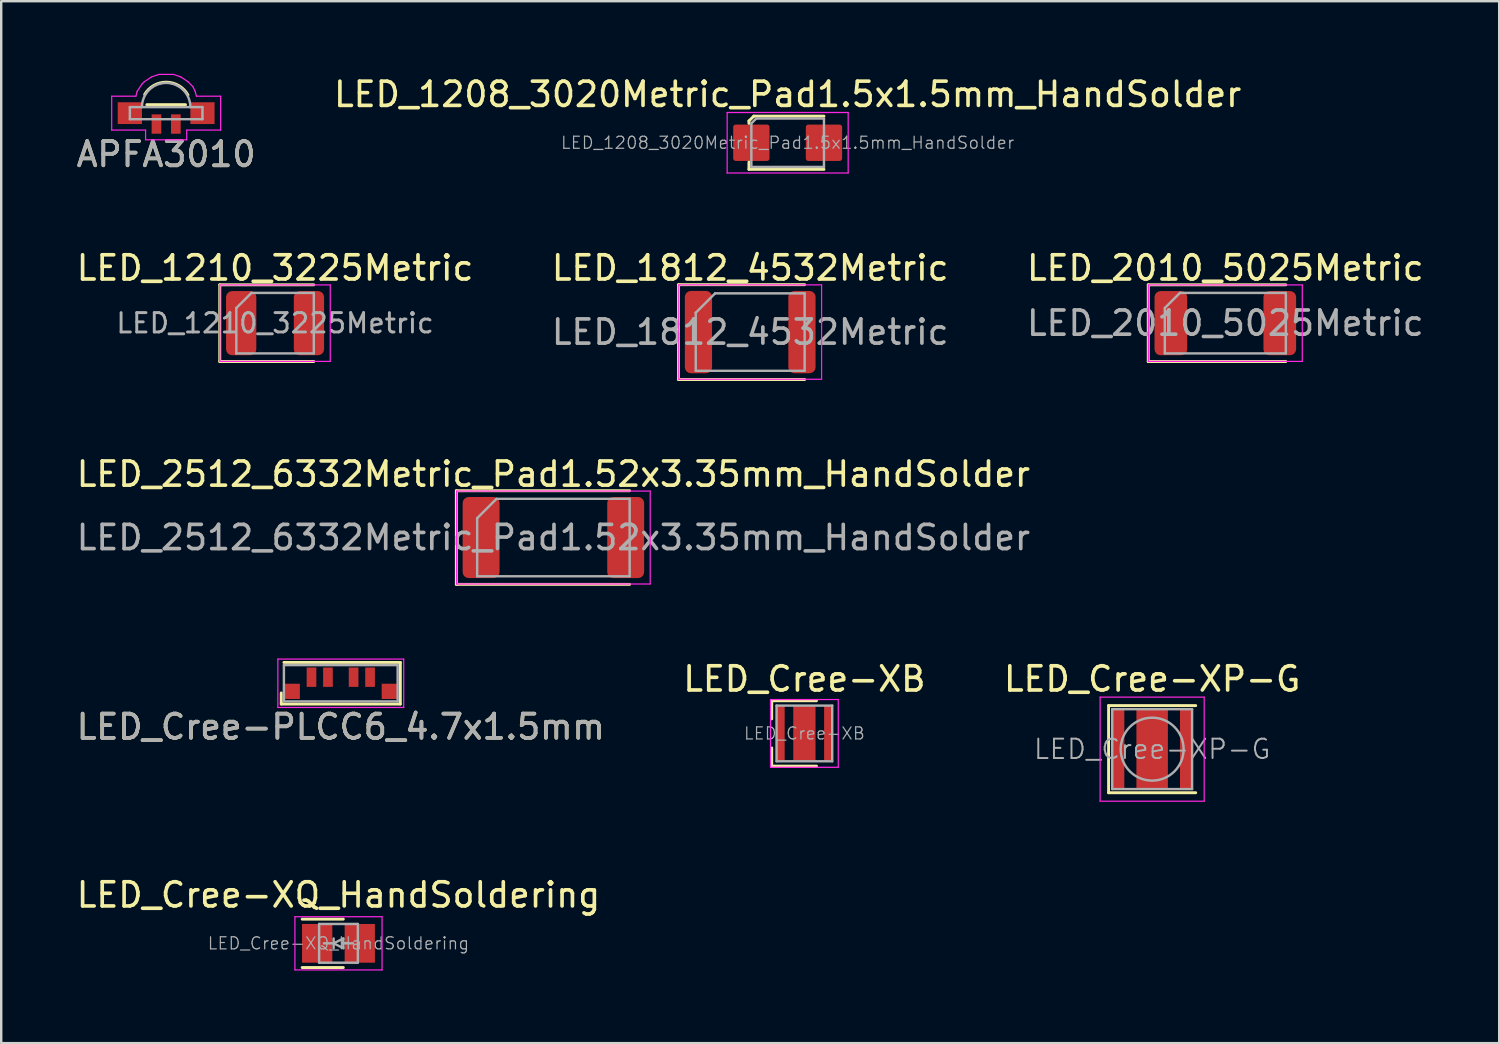
<source format=kicad_pcb>
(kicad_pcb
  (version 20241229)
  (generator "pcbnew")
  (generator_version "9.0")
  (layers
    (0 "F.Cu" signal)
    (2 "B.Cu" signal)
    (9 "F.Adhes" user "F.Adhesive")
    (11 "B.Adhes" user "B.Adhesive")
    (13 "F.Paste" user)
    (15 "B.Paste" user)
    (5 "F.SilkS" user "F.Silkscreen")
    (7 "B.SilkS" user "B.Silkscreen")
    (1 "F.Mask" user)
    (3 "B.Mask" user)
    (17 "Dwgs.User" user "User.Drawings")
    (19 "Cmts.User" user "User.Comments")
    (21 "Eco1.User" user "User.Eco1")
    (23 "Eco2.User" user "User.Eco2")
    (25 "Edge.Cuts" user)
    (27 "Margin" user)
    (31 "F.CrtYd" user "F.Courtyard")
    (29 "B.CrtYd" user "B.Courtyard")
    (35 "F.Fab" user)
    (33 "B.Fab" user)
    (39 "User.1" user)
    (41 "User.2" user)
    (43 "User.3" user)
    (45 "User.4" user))
  (footprint "APFA3010"
    (layer "F.Cu")
    (at 3.815 1.825)
    (property "Reference" "APFA3010" (at 0 1.5 0) (layer "F.SilkS") (effects (font (size 1 1) (thickness 0.15))))
    (attr smd)
    (fp_line (start 0.8 -0.55) (end -0.8 -0.55) (stroke (width 0.12) (type solid)) (layer "F.SilkS"))
    (fp_arc (start -0.887599 -0.971697) (mid 0.012495 -1.479487) (end 0.9 -0.95) (stroke (width 0.12) (type solid)) (layer "F.SilkS"))
    (fp_line (start -2.25 -0.9) (end -1.25 -0.9) (stroke (width 0.05) (type solid)) (layer "F.CrtYd"))
    (fp_line (start -2.25 0.5) (end -2.25 -0.9) (stroke (width 0.05) (type solid)) (layer "F.CrtYd"))
    (fp_line (start -1.25 -0.9) (end -1.2 -1.1) (stroke (width 0.05) (type solid)) (layer "F.CrtYd"))
    (fp_line (start -1.2 -1.1) (end -1 -1.4) (stroke (width 0.05) (type solid)) (layer "F.CrtYd"))
    (fp_line (start -1 -1.4) (end -0.9 -1.5) (stroke (width 0.05) (type solid)) (layer "F.CrtYd"))
    (fp_line (start -0.9 -1.5) (end -0.6 -1.7) (stroke (width 0.05) (type solid)) (layer "F.CrtYd"))
    (fp_line (start -0.85 0.5) (end -2.25 0.5) (stroke (width 0.05) (type solid)) (layer "F.CrtYd"))
    (fp_line (start -0.85 0.9) (end -0.85 0.5) (stroke (width 0.05) (type solid)) (layer "F.CrtYd"))
    (fp_line (start -0.6 -1.7) (end -0.3 -1.8) (stroke (width 0.05) (type solid)) (layer "F.CrtYd"))
    (fp_line (start -0.3 -1.8) (end 0.3 -1.8) (stroke (width 0.05) (type solid)) (layer "F.CrtYd"))
    (fp_line (start 0.3 -1.8) (end 0.6 -1.7) (stroke (width 0.05) (type solid)) (layer "F.CrtYd"))
    (fp_line (start 0.6 -1.7) (end 0.9 -1.5) (stroke (width 0.05) (type solid)) (layer "F.CrtYd"))
    (fp_line (start 0.85 0.5) (end 0.85 0.9) (stroke (width 0.05) (type solid)) (layer "F.CrtYd"))
    (fp_line (start 0.85 0.9) (end -0.85 0.9) (stroke (width 0.05) (type solid)) (layer "F.CrtYd"))
    (fp_line (start 0.9 -1.5) (end 1.1 -1.3) (stroke (width 0.05) (type solid)) (layer "F.CrtYd"))
    (fp_line (start 1.1 -1.3) (end 1.2 -1.1) (stroke (width 0.05) (type solid)) (layer "F.CrtYd"))
    (fp_line (start 1.2 -1.1) (end 1.25 -0.9) (stroke (width 0.05) (type solid)) (layer "F.CrtYd"))
    (fp_line (start 2.25 -0.9) (end 1.25 -0.9) (stroke (width 0.05) (type solid)) (layer "F.CrtYd"))
    (fp_line (start 2.25 -0.9) (end 2.25 0.5) (stroke (width 0.05) (type solid)) (layer "F.CrtYd"))
    (fp_line (start 2.25 0.5) (end 0.85 0.5) (stroke (width 0.05) (type solid)) (layer "F.CrtYd"))
    (fp_line (start -1.5 -0.45) (end 1.5 -0.45) (stroke (width 0.1) (type solid)) (layer "F.Fab"))
    (fp_line (start -1.5 0.05) (end -1.5 -0.45) (stroke (width 0.1) (type solid)) (layer "F.Fab"))
    (fp_line (start 1.5 -0.45) (end 1.5 0.05) (stroke (width 0.1) (type solid)) (layer "F.Fab"))
    (fp_line (start 1.5 0.05) (end -1.5 0.05) (stroke (width 0.1) (type solid)) (layer "F.Fab"))
    (fp_arc (start -1 -0.45) (mid 0 -1.45) (end 1 -0.45) (stroke (width 0.1) (type solid)) (layer "F.Fab"))
    (fp_text user "${REFERENCE}" (at 0 1.5 0) (layer "F.Fab") (effects (font (size 1 1) (thickness 0.15))))
    (pad "1" smd rect (at -1.5 -0.2) (size 1 0.9) (layers "F.Cu" "F.Mask" "F.Paste"))
    (pad "2" smd rect (at 1.5 -0.2) (size 1 0.9) (layers "F.Cu" "F.Mask" "F.Paste"))
    (pad "3" smd rect (at 0.4 0.25) (size 0.4 0.8) (layers "F.Cu" "F.Mask" "F.Paste"))
    (pad "4" smd rect (at -0.4 0.25) (size 0.4 0.8) (layers "F.Cu" "F.Mask" "F.Paste")))
  (footprint "LED_1210_3225Metric"
    (layer "F.Cu")
    (at 8.315 10.302)
    (property "Reference" "LED_1210_3225Metric" (at 0 -2.28 0) (layer "F.SilkS") (effects (font (size 1 1) (thickness 0.15))))
    (attr smd)
    (fp_line (start -2.285 -1.585) (end -2.285 1.585) (stroke (width 0.12) (type solid)) (layer "F.SilkS"))
    (fp_line (start -2.285 1.585) (end 1.6 1.585) (stroke (width 0.12) (type solid)) (layer "F.SilkS"))
    (fp_line (start 1.6 -1.585) (end -2.285 -1.585) (stroke (width 0.12) (type solid)) (layer "F.SilkS"))
    (fp_line (start -2.28 -1.58) (end 2.28 -1.58) (stroke (width 0.05) (type solid)) (layer "F.CrtYd"))
    (fp_line (start -2.28 1.58) (end -2.28 -1.58) (stroke (width 0.05) (type solid)) (layer "F.CrtYd"))
    (fp_line (start 2.28 -1.58) (end 2.28 1.58) (stroke (width 0.05) (type solid)) (layer "F.CrtYd"))
    (fp_line (start 2.28 1.58) (end -2.28 1.58) (stroke (width 0.05) (type solid)) (layer "F.CrtYd"))
    (fp_line (start -1.6 -0.625) (end -1.6 1.25) (stroke (width 0.1) (type solid)) (layer "F.Fab"))
    (fp_line (start -1.6 1.25) (end 1.6 1.25) (stroke (width 0.1) (type solid)) (layer "F.Fab"))
    (fp_line (start -0.975 -1.25) (end -1.6 -0.625) (stroke (width 0.1) (type solid)) (layer "F.Fab"))
    (fp_line (start 1.6 -1.25) (end -0.975 -1.25) (stroke (width 0.1) (type solid)) (layer "F.Fab"))
    (fp_line (start 1.6 1.25) (end 1.6 -1.25) (stroke (width 0.1) (type solid)) (layer "F.Fab"))
    (fp_text user "${REFERENCE}" (at 0 0 0) (layer "F.Fab") (effects (font (size 0.8 0.8) (thickness 0.12))))
    (pad "1" smd roundrect (at -1.4 0) (size 1.25 2.65) (layers "F.Cu" "F.Mask" "F.Paste") (roundrect_rratio 0.2))
    (pad "2" smd roundrect (at 1.4 0) (size 1.25 2.65) (layers "F.Cu" "F.Mask" "F.Paste") (roundrect_rratio 0.2)))
  (footprint "LED_Cree-PLCC6_4.7x1.5mm"
    (layer "F.Cu")
    (at 11.03 25.18)
    (property "Reference" "LED_Cree-PLCC6_4.7x1.5mm" (at 0 1.8 0) (layer "F.SilkS") (effects (font (size 1 1) (thickness 0.15))))
    (attr smd)
    (fp_line (start -2.46 0.4) (end -2.46 0.86) (stroke (width 0.12) (type solid)) (layer "F.SilkS"))
    (fp_line (start -2.46 0.86) (end 2.46 0.86) (stroke (width 0.12) (type solid)) (layer "F.SilkS"))
    (fp_line (start -2.35 -0.86) (end 2.46 -0.86) (stroke (width 0.12) (type solid)) (layer "F.SilkS"))
    (fp_line (start 2.46 -0.86) (end 2.46 0.86) (stroke (width 0.12) (type solid)) (layer "F.SilkS"))
    (fp_line (start -2.6 -1) (end -2.6 1) (stroke (width 0.05) (type solid)) (layer "F.CrtYd"))
    (fp_line (start -2.6 -1) (end 2.6 -1) (stroke (width 0.05) (type solid)) (layer "F.CrtYd"))
    (fp_line (start 2.6 -1) (end 2.6 1) (stroke (width 0.05) (type solid)) (layer "F.CrtYd"))
    (fp_line (start 2.6 1) (end -2.6 1) (stroke (width 0.05) (type solid)) (layer "F.CrtYd"))
    (fp_line (start -2.35 -0.75) (end -2.35 0.75) (stroke (width 0.1) (type solid)) (layer "F.Fab"))
    (fp_line (start -2.35 -0.75) (end 2.35 -0.75) (stroke (width 0.1) (type solid)) (layer "F.Fab"))
    (fp_line (start -2.35 0.75) (end 2.35 0.75) (stroke (width 0.1) (type solid)) (layer "F.Fab"))
    (fp_line (start 2.35 -0.75) (end 2.35 0.75) (stroke (width 0.1) (type solid)) (layer "F.Fab"))
    (fp_text user "${REFERENCE}" (at 0 1.8 0) (layer "F.Fab") (effects (font (size 1 1) (thickness 0.15))))
    (pad "1" smd rect (at -2.02 0.335) (size 0.66 0.63) (layers "F.Cu" "F.Mask" "F.Paste"))
    (pad "2" smd rect (at -1.21 -0.25) (size 0.4 0.8) (layers "F.Cu" "F.Mask" "F.Paste"))
    (pad "3" smd rect (at -0.53 -0.25) (size 0.4 0.8) (layers "F.Cu" "F.Mask" "F.Paste"))
    (pad "4" smd rect (at 0.53 -0.25) (size 0.4 0.8) (layers "F.Cu" "F.Mask" "F.Paste"))
    (pad "5" smd rect (at 1.21 -0.25) (size 0.4 0.8) (layers "F.Cu" "F.Mask" "F.Paste"))
    (pad "6" smd rect (at 2.02 0.335) (size 0.66 0.63) (layers "F.Cu" "F.Mask" "F.Paste")))
  (footprint "LED_1812_4532Metric"
    (layer "F.Cu")
    (at 27.946 10.671)
    (property "Reference" "LED_1812_4532Metric" (at 0 -2.65 0) (layer "F.SilkS") (effects (font (size 1 1) (thickness 0.15))))
    (attr smd)
    (fp_line (start -2.96 -1.96) (end -2.96 1.96) (stroke (width 0.12) (type solid)) (layer "F.SilkS"))
    (fp_line (start -2.96 1.96) (end 2.25 1.96) (stroke (width 0.12) (type solid)) (layer "F.SilkS"))
    (fp_line (start 2.25 -1.96) (end -2.96 -1.96) (stroke (width 0.12) (type solid)) (layer "F.SilkS"))
    (fp_line (start -2.95 -1.95) (end 2.95 -1.95) (stroke (width 0.05) (type solid)) (layer "F.CrtYd"))
    (fp_line (start -2.95 1.95) (end -2.95 -1.95) (stroke (width 0.05) (type solid)) (layer "F.CrtYd"))
    (fp_line (start 2.95 -1.95) (end 2.95 1.95) (stroke (width 0.05) (type solid)) (layer "F.CrtYd"))
    (fp_line (start 2.95 1.95) (end -2.95 1.95) (stroke (width 0.05) (type solid)) (layer "F.CrtYd"))
    (fp_line (start -2.25 -0.8) (end -2.25 1.6) (stroke (width 0.1) (type solid)) (layer "F.Fab"))
    (fp_line (start -2.25 1.6) (end 2.25 1.6) (stroke (width 0.1) (type solid)) (layer "F.Fab"))
    (fp_line (start -1.45 -1.6) (end -2.25 -0.8) (stroke (width 0.1) (type solid)) (layer "F.Fab"))
    (fp_line (start 2.25 -1.6) (end -1.45 -1.6) (stroke (width 0.1) (type solid)) (layer "F.Fab"))
    (fp_line (start 2.25 1.6) (end 2.25 -1.6) (stroke (width 0.1) (type solid)) (layer "F.Fab"))
    (fp_text user "${REFERENCE}" (at 0 0 0) (layer "F.Fab") (effects (font (size 1 1) (thickness 0.15))))
    (pad "1" smd roundrect (at -2.138 0) (size 1.125 3.4) (layers "F.Cu" "F.Mask" "F.Paste") (roundrect_rratio 0.222))
    (pad "2" smd roundrect (at 2.138 0) (size 1.125 3.4) (layers "F.Cu" "F.Mask" "F.Paste") (roundrect_rratio 0.222)))
  (footprint "LED_1208_3020Metric_Pad1.5x1.5mm_HandSolder"
    (layer "F.Cu")
    (at 29.494 2.848)
    (property "Reference" "LED_1208_3020Metric_Pad1.5x1.5mm_HandSolder" (at 0 -2 0) (layer "F.SilkS") (effects (font (size 1 1) (thickness 0.15))))
    (attr smd)
    (fp_line (start -1.6 -0.9) (end -1.6 -0.8) (stroke (width 0.12) (type solid)) (layer "F.SilkS"))
    (fp_line (start -1.6 -0.9) (end -1.4 -1.1) (stroke (width 0.12) (type solid)) (layer "F.SilkS"))
    (fp_line (start -1.6 0.8) (end -1.6 1.1) (stroke (width 0.12) (type solid)) (layer "F.SilkS"))
    (fp_line (start -1.6 1.1) (end 1.5 1.1) (stroke (width 0.12) (type solid)) (layer "F.SilkS"))
    (fp_line (start -1.4 -1.1) (end 1.5 -1.1) (stroke (width 0.12) (type solid)) (layer "F.SilkS"))
    (fp_line (start -2.5 -1.25) (end 2.5 -1.25) (stroke (width 0.05) (type solid)) (layer "F.CrtYd"))
    (fp_line (start -2.5 1.25) (end -2.5 -1.25) (stroke (width 0.05) (type solid)) (layer "F.CrtYd"))
    (fp_line (start 2.5 -1.25) (end 2.5 1.25) (stroke (width 0.05) (type solid)) (layer "F.CrtYd"))
    (fp_line (start 2.5 1.25) (end -2.5 1.25) (stroke (width 0.05) (type solid)) (layer "F.CrtYd"))
    (fp_line (start -1.5 -0.8) (end -1.5 1) (stroke (width 0.1) (type solid)) (layer "F.Fab"))
    (fp_line (start -1.5 -0.8) (end -1.3 -1) (stroke (width 0.1) (type solid)) (layer "F.Fab"))
    (fp_line (start -1.5 1) (end 1.5 1) (stroke (width 0.1) (type solid)) (layer "F.Fab"))
    (fp_line (start 1.5 -1) (end -1.3 -1) (stroke (width 0.1) (type solid)) (layer "F.Fab"))
    (fp_line (start 1.5 1) (end 1.5 -1) (stroke (width 0.1) (type solid)) (layer "F.Fab"))
    (fp_text user "${REFERENCE}" (at 0 0 0) (layer "F.Fab") (effects (font (size 0.5 0.5) (thickness 0.05))))
    (pad "1" smd roundrect (at -1.5 0 90) (size 1.5 1.5) (layers "F.Cu" "F.Mask" "F.Paste") (roundrect_rratio 0.067))
    (pad "2" smd roundrect (at 1.5 0 90) (size 1.5 1.5) (layers "F.Cu" "F.Mask" "F.Paste") (roundrect_rratio 0.067)))
  (footprint "LED_Cree-XB"
    (layer "F.Cu")
    (at 30.185 27.253)
    (property "Reference" "LED_Cree-XB" (at 0 -2.25 0) (layer "F.SilkS") (effects (font (size 1 1) (thickness 0.15))))
    (attr smd)
    (fp_line (start -1.35 -1.35) (end -1.35 -0.6) (stroke (width 0.12) (type solid)) (layer "F.SilkS"))
    (fp_line (start -1.35 1.35) (end -1.35 0.6) (stroke (width 0.12) (type solid)) (layer "F.SilkS"))
    (fp_line (start 0.5 -1.35) (end -1.35 -1.35) (stroke (width 0.12) (type solid)) (layer "F.SilkS"))
    (fp_line (start 0.5 1.35) (end -1.35 1.35) (stroke (width 0.12) (type solid)) (layer "F.SilkS"))
    (fp_line (start -1.4 -1.4) (end 1.4 -1.4) (stroke (width 0.05) (type solid)) (layer "F.CrtYd"))
    (fp_line (start -1.4 1.4) (end -1.4 -1.4) (stroke (width 0.05) (type solid)) (layer "F.CrtYd"))
    (fp_line (start 1.4 -1.4) (end 1.4 1.4) (stroke (width 0.05) (type solid)) (layer "F.CrtYd"))
    (fp_line (start 1.4 1.4) (end -1.4 1.4) (stroke (width 0.05) (type solid)) (layer "F.CrtYd"))
    (fp_line (start -1.15 -1.15) (end 1.15 -1.15) (stroke (width 0.1) (type solid)) (layer "F.Fab"))
    (fp_line (start -1.15 1.15) (end -1.15 -1.15) (stroke (width 0.1) (type solid)) (layer "F.Fab"))
    (fp_line (start 1.15 -1.15) (end 1.15 1.15) (stroke (width 0.1) (type solid)) (layer "F.Fab"))
    (fp_line (start 1.15 1.15) (end -1.15 1.15) (stroke (width 0.1) (type solid)) (layer "F.Fab"))
    (fp_text user "${REFERENCE}" (at 0 0 0) (layer "F.Fab") (effects (font (size 0.5 0.5) (thickness 0.05))))
    (pad "" smd rect (at 0 -0.55) (size 0.85 0.85) (layers "F.Paste"))
    (pad "" smd rect (at 0 0.55) (size 0.85 0.85) (layers "F.Paste"))
    (pad "1" smd rect (at -0.98 0) (size 0.33 2.29) (layers "F.Cu" "F.Mask" "F.Paste"))
    (pad "2" smd rect (at 0.98 0) (size 0.33 2.29) (layers "F.Cu" "F.Mask" "F.Paste"))
    (pad "3" smd rect (at 0 0) (size 0.92 2.29) (layers "F.Cu" "F.Mask")))
  (footprint "LED_2010_5025Metric"
    (layer "F.Cu")
    (at 47.577 10.302)
    (property "Reference" "LED_2010_5025Metric" (at 0 -2.28 0) (layer "F.SilkS") (effects (font (size 1 1) (thickness 0.15))))
    (attr smd)
    (fp_line (start -3.185 -1.585) (end -3.185 1.585) (stroke (width 0.12) (type solid)) (layer "F.SilkS"))
    (fp_line (start -3.185 1.585) (end 2.5 1.585) (stroke (width 0.12) (type solid)) (layer "F.SilkS"))
    (fp_line (start 2.5 -1.585) (end -3.185 -1.585) (stroke (width 0.12) (type solid)) (layer "F.SilkS"))
    (fp_line (start -3.18 -1.58) (end 3.18 -1.58) (stroke (width 0.05) (type solid)) (layer "F.CrtYd"))
    (fp_line (start -3.18 1.58) (end -3.18 -1.58) (stroke (width 0.05) (type solid)) (layer "F.CrtYd"))
    (fp_line (start 3.18 -1.58) (end 3.18 1.58) (stroke (width 0.05) (type solid)) (layer "F.CrtYd"))
    (fp_line (start 3.18 1.58) (end -3.18 1.58) (stroke (width 0.05) (type solid)) (layer "F.CrtYd"))
    (fp_line (start -2.5 -0.625) (end -2.5 1.25) (stroke (width 0.1) (type solid)) (layer "F.Fab"))
    (fp_line (start -2.5 1.25) (end 2.5 1.25) (stroke (width 0.1) (type solid)) (layer "F.Fab"))
    (fp_line (start -1.875 -1.25) (end -2.5 -0.625) (stroke (width 0.1) (type solid)) (layer "F.Fab"))
    (fp_line (start 2.5 -1.25) (end -1.875 -1.25) (stroke (width 0.1) (type solid)) (layer "F.Fab"))
    (fp_line (start 2.5 1.25) (end 2.5 -1.25) (stroke (width 0.1) (type solid)) (layer "F.Fab"))
    (fp_text user "${REFERENCE}" (at 0 0 0) (layer "F.Fab") (effects (font (size 1 1) (thickness 0.15))))
    (pad "1" smd roundrect (at -2.25 0) (size 1.35 2.65) (layers "F.Cu" "F.Mask" "F.Paste") (roundrect_rratio 0.185))
    (pad "2" smd roundrect (at 2.25 0) (size 1.35 2.65) (layers "F.Cu" "F.Mask" "F.Paste") (roundrect_rratio 0.185)))
  (footprint "LED_Cree-XP-G"
    (layer "F.Cu")
    (at 44.554 27.903)
    (property "Reference" "LED_Cree-XP-G" (at 0 -2.9 0) (layer "F.SilkS") (effects (font (size 1 1) (thickness 0.15))))
    (attr smd)
    (fp_line (start -1.8 -1.8) (end 1.8 -1.8) (stroke (width 0.12) (type solid)) (layer "F.SilkS"))
    (fp_line (start -1.8 1.8) (end -1.8 -1.8) (stroke (width 0.12) (type solid)) (layer "F.SilkS"))
    (fp_line (start 1.8 1.8) (end -1.8 1.8) (stroke (width 0.12) (type solid)) (layer "F.SilkS"))
    (fp_line (start -2.15 -2.15) (end 2.15 -2.15) (stroke (width 0.05) (type solid)) (layer "F.CrtYd"))
    (fp_line (start -2.15 2.15) (end -2.15 -2.15) (stroke (width 0.05) (type solid)) (layer "F.CrtYd"))
    (fp_line (start 2.15 -2.15) (end 2.15 2.15) (stroke (width 0.05) (type solid)) (layer "F.CrtYd"))
    (fp_line (start 2.15 2.15) (end -2.15 2.15) (stroke (width 0.05) (type solid)) (layer "F.CrtYd"))
    (fp_line (start -1.65 -1.65) (end 1.65 -1.65) (stroke (width 0.1) (type solid)) (layer "F.Fab"))
    (fp_line (start -1.65 1.65) (end -1.65 -1.65) (stroke (width 0.1) (type solid)) (layer "F.Fab"))
    (fp_line (start 1.65 -1.65) (end 1.65 1.65) (stroke (width 0.1) (type solid)) (layer "F.Fab"))
    (fp_line (start 1.65 1.65) (end -1.65 1.65) (stroke (width 0.1) (type solid)) (layer "F.Fab"))
    (fp_circle (center 0 0) (end 0 1.3) (stroke (width 0.1) (type solid)) (fill no) (layer "F.Fab"))
    (fp_text user "${REFERENCE}" (at 0 0 0) (layer "F.Fab") (effects (font (size 0.8 0.8) (thickness 0.08))))
    (pad "" smd rect (at 0 -1) (size 1.01 0.75) (layers "F.Paste"))
    (pad "" smd rect (at 0 0) (size 1.01 0.75) (layers "F.Paste"))
    (pad "" smd rect (at 0 1) (size 1.01 0.75) (layers "F.Paste"))
    (pad "1" smd rect (at -1.4 0) (size 0.5 3.3) (layers "F.Cu" "F.Mask" "F.Paste"))
    (pad "2" smd rect (at 1.4 0) (size 0.5 3.3) (layers "F.Cu" "F.Mask" "F.Paste"))
    (pad "3" smd rect (at 0 0) (size 1.3 3.3) (layers "F.Cu" "F.Mask")))
  (footprint "LED_2512_6332Metric_Pad1.52x3.35mm_HandSolder"
    (layer "F.Cu")
    (at 19.815 19.16)
    (property "Reference" "LED_2512_6332Metric_Pad1.52x3.35mm_HandSolder" (at 0 -2.62 0) (layer "F.SilkS") (effects (font (size 1 1) (thickness 0.15))))
    (attr smd)
    (fp_line (start -4.01 -1.935) (end -4.01 1.935) (stroke (width 0.12) (type solid)) (layer "F.SilkS"))
    (fp_line (start -4.01 1.935) (end 3.15 1.935) (stroke (width 0.12) (type solid)) (layer "F.SilkS"))
    (fp_line (start 3.15 -1.935) (end -4.01 -1.935) (stroke (width 0.12) (type solid)) (layer "F.SilkS"))
    (fp_line (start -4 -1.92) (end 4 -1.92) (stroke (width 0.05) (type solid)) (layer "F.CrtYd"))
    (fp_line (start -4 1.92) (end -4 -1.92) (stroke (width 0.05) (type solid)) (layer "F.CrtYd"))
    (fp_line (start 4 -1.92) (end 4 1.92) (stroke (width 0.05) (type solid)) (layer "F.CrtYd"))
    (fp_line (start 4 1.92) (end -4 1.92) (stroke (width 0.05) (type solid)) (layer "F.CrtYd"))
    (fp_line (start -3.15 -0.8) (end -3.15 1.6) (stroke (width 0.1) (type solid)) (layer "F.Fab"))
    (fp_line (start -3.15 1.6) (end 3.15 1.6) (stroke (width 0.1) (type solid)) (layer "F.Fab"))
    (fp_line (start -2.35 -1.6) (end -3.15 -0.8) (stroke (width 0.1) (type solid)) (layer "F.Fab"))
    (fp_line (start 3.15 -1.6) (end -2.35 -1.6) (stroke (width 0.1) (type solid)) (layer "F.Fab"))
    (fp_line (start 3.15 1.6) (end 3.15 -1.6) (stroke (width 0.1) (type solid)) (layer "F.Fab"))
    (fp_text user "${REFERENCE}" (at 0 0 0) (layer "F.Fab") (effects (font (size 1 1) (thickness 0.15))))
    (pad "1" smd roundrect (at -2.987 0) (size 1.525 3.35) (layers "F.Cu" "F.Mask" "F.Paste") (roundrect_rratio 0.164))
    (pad "2" smd roundrect (at 2.987 0) (size 1.525 3.35) (layers "F.Cu" "F.Mask" "F.Paste") (roundrect_rratio 0.164)))
  (footprint "LED_Cree-XQ_HandSoldering"
    (layer "F.Cu")
    (at 10.935 35.926)
    (property "Reference" "LED_Cree-XQ_HandSoldering" (at 0 -2 0) (layer "F.SilkS") (effects (font (size 1 1) (thickness 0.15))))
    (attr smd)
    (fp_line (start 0.2 -1) (end -1.5 -1) (stroke (width 0.12) (type solid)) (layer "F.SilkS"))
    (fp_line (start 0.2 1) (end -1.5 1) (stroke (width 0.12) (type solid)) (layer "F.SilkS"))
    (fp_line (start -1.8 -1.1) (end 1.8 -1.1) (stroke (width 0.05) (type solid)) (layer "F.CrtYd"))
    (fp_line (start -1.8 1.1) (end -1.8 -1.1) (stroke (width 0.05) (type solid)) (layer "F.CrtYd"))
    (fp_line (start 1.8 -1.1) (end 1.8 1.1) (stroke (width 0.05) (type solid)) (layer "F.CrtYd"))
    (fp_line (start 1.8 1.1) (end -1.8 1.1) (stroke (width 0.05) (type solid)) (layer "F.CrtYd"))
    (fp_line (start -0.8 -0.8) (end 0.8 -0.8) (stroke (width 0.1) (type solid)) (layer "F.Fab"))
    (fp_line (start -0.8 0.8) (end -0.8 -0.8) (stroke (width 0.1) (type solid)) (layer "F.Fab"))
    (fp_line (start -0.6 0) (end -0.2 0) (stroke (width 0.1) (type solid)) (layer "F.Fab"))
    (fp_line (start -0.2 -0.2) (end -0.2 0.2) (stroke (width 0.1) (type solid)) (layer "F.Fab"))
    (fp_line (start -0.2 0) (end 0.2 -0.2) (stroke (width 0.1) (type solid)) (layer "F.Fab"))
    (fp_line (start 0.2 -0.2) (end 0.2 0.2) (stroke (width 0.1) (type solid)) (layer "F.Fab"))
    (fp_line (start 0.2 0.2) (end -0.2 0) (stroke (width 0.1) (type solid)) (layer "F.Fab"))
    (fp_line (start 0.6 0) (end 0.2 0) (stroke (width 0.1) (type solid)) (layer "F.Fab"))
    (fp_line (start 0.8 -0.8) (end 0.8 0.8) (stroke (width 0.1) (type solid)) (layer "F.Fab"))
    (fp_line (start 0.8 0.8) (end -0.8 0.8) (stroke (width 0.1) (type solid)) (layer "F.Fab"))
    (fp_text user "${REFERENCE}" (at 0 0 0) (layer "F.Fab") (effects (font (size 0.5 0.5) (thickness 0.05))))
    (pad "1" smd rect (at -0.88 0) (size 1.25 1.6) (layers "F.Cu" "F.Mask" "F.Paste"))
    (pad "2" smd rect (at 0.88 0) (size 1.25 1.6) (layers "F.Cu" "F.Mask" "F.Paste")))
  (gr_rect
    (start -3 -3)
    (end 58.893 40.051)
    (stroke (width 0.1) (type default))
    (fill no)
    (layer "Edge.Cuts")))
</source>
